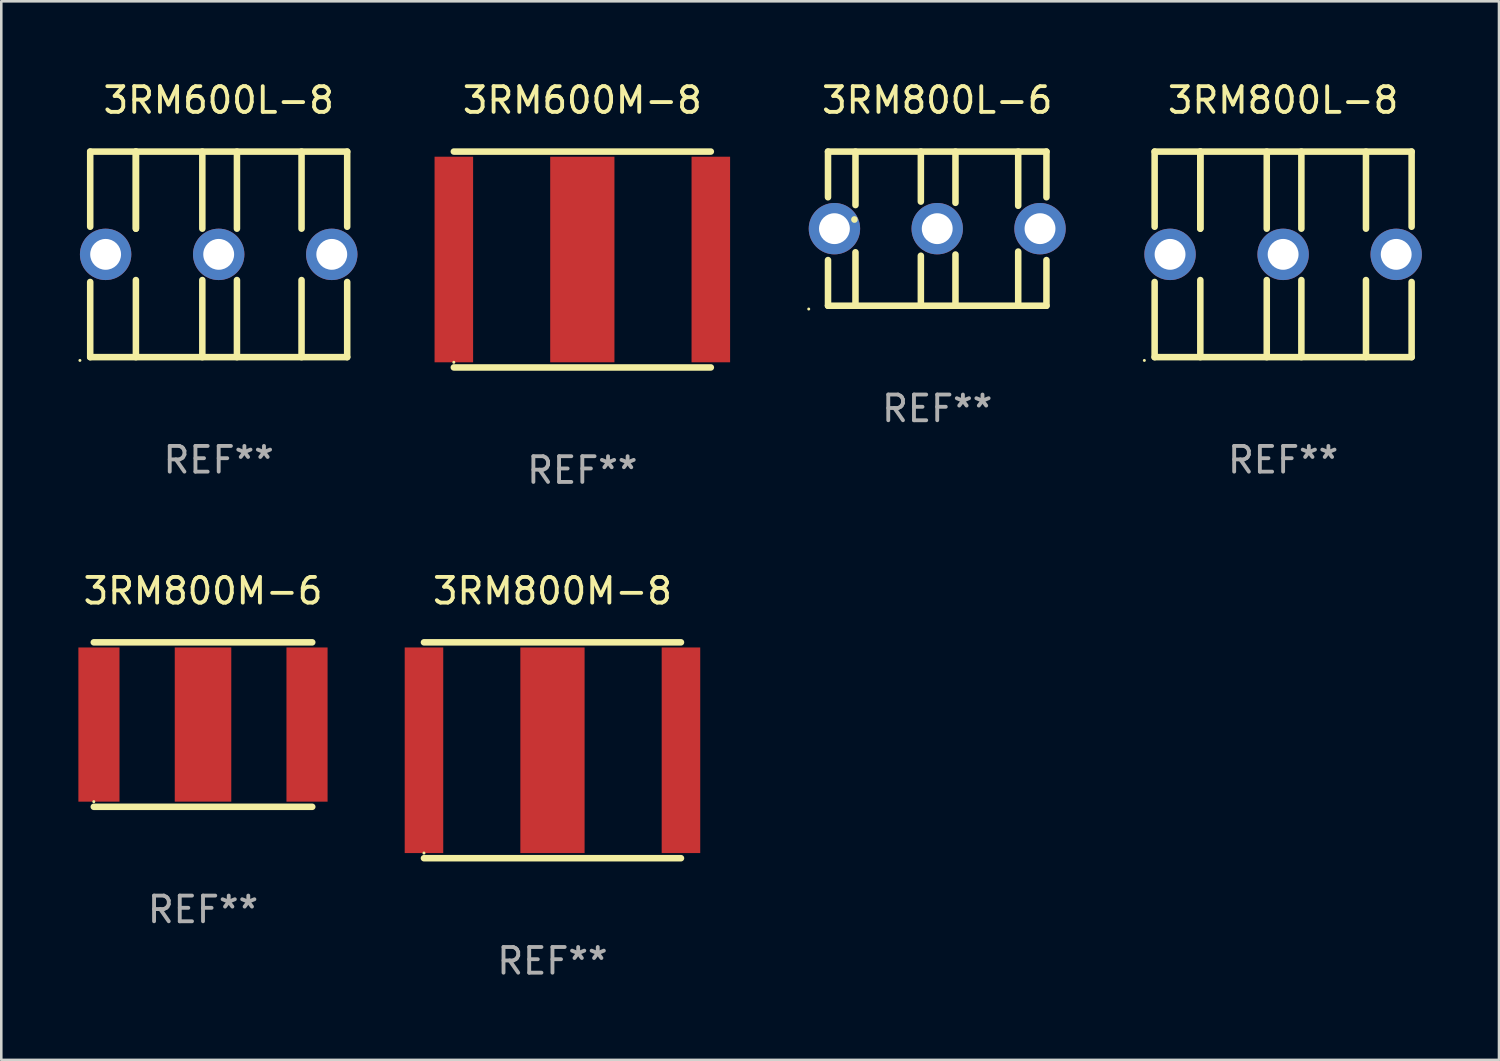
<source format=kicad_pcb>
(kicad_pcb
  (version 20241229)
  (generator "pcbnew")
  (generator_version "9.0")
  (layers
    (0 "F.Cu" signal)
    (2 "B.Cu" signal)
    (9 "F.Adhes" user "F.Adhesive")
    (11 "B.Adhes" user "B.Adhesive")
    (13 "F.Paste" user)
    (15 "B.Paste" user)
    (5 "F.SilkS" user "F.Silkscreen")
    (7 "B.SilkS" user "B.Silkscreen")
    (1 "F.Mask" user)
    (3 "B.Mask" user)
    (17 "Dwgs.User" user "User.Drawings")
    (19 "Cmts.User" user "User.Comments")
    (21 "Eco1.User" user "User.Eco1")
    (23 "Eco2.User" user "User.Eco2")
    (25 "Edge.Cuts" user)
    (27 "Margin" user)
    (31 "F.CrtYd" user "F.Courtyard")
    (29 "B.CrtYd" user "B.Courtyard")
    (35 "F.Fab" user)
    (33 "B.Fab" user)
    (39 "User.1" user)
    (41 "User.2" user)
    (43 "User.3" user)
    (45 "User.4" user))
  (footprint "3RM600L-8"
    (layer "F.Cu")
    (at 5.46 6.848)
    (property "Reference" "3RM600L-8" (at 0 -6 0) (layer "F.SilkS") (effects (font (size 1 1) (thickness 0.15))))
    (attr through_hole)
    (fp_line (start -5 -4) (end -5 -1.075) (stroke (width 0.254) (type solid)) (layer "F.SilkS"))
    (fp_line (start -5 -4) (end 5 -4) (stroke (width 0.254) (type solid)) (layer "F.SilkS"))
    (fp_line (start -5 1.075) (end -5 4) (stroke (width 0.254) (type solid)) (layer "F.SilkS"))
    (fp_line (start -5 4) (end 5 4) (stroke (width 0.254) (type solid)) (layer "F.SilkS"))
    (fp_line (start -3.222 -1) (end -3.222 -4) (stroke (width 0.254) (type solid)) (layer "F.SilkS"))
    (fp_line (start -3.222 -1) (end -3.222 -4) (stroke (width 0.254) (type solid)) (layer "F.SilkS"))
    (fp_line (start -3.222 1) (end -3.222 4) (stroke (width 0.254) (type solid)) (layer "F.SilkS"))
    (fp_line (start -0.637 -1) (end -0.637 -4) (stroke (width 0.254) (type solid)) (layer "F.SilkS"))
    (fp_line (start -0.637 1) (end -0.637 4) (stroke (width 0.254) (type solid)) (layer "F.SilkS"))
    (fp_line (start 0.71 -1) (end 0.71 -4) (stroke (width 0.254) (type solid)) (layer "F.SilkS"))
    (fp_line (start 0.71 1) (end 0.71 4) (stroke (width 0.254) (type solid)) (layer "F.SilkS"))
    (fp_line (start 3.224 -1) (end 3.224 -4) (stroke (width 0.254) (type solid)) (layer "F.SilkS"))
    (fp_line (start 3.224 1) (end 3.224 4) (stroke (width 0.254) (type solid)) (layer "F.SilkS"))
    (fp_line (start 5 -4) (end 5 -1.075) (stroke (width 0.254) (type solid)) (layer "F.SilkS"))
    (fp_line (start 5 1.075) (end 5 4) (stroke (width 0.254) (type solid)) (layer "F.SilkS"))
    (fp_circle (center -5.4 4.127) (end -5.37 4.127) (stroke (width 0.06) (type solid)) (fill no) (layer "F.SilkS"))
    (fp_text user "REF**" (at 0 8 0) (layer "F.Fab") (effects (font (size 1 1) (thickness 0.15))))
    (pad "1" thru_hole circle (at -4.4 0) (size 2 2) (drill 1.2) (layers "*.Cu" "*.Mask"))
    (pad "2" thru_hole circle (at 4.4 0) (size 2 2) (drill 1.2) (layers "*.Cu" "*.Mask"))
    (pad "3" thru_hole circle (at 0 0) (size 2 2) (drill 1.2) (layers "*.Cu" "*.Mask")))
  (footprint "3RM600M-8"
    (layer "F.Cu")
    (at 19.61 7.048)
    (property "Reference" "3RM600M-8" (at 0 -6.2 0) (layer "F.SilkS") (effects (font (size 1 1) (thickness 0.15))))
    (attr through_hole)
    (fp_line (start -5 -4.2) (end 5 -4.2) (stroke (width 0.254) (type solid)) (layer "F.SilkS"))
    (fp_line (start -5 4.2) (end 5 4.2) (stroke (width 0.254) (type solid)) (layer "F.SilkS"))
    (fp_circle (center -5 4) (end -4.97 4) (stroke (width 0.06) (type solid)) (fill no) (layer "F.SilkS"))
    (fp_text user "REF**" (at 0 8.2 0) (layer "F.Fab") (effects (font (size 1 1) (thickness 0.15))))
    (pad "1" smd rect (at -5 0) (size 1.5 8) (layers "F.Cu" "F.Mask" "F.Paste"))
    (pad "2" smd rect (at 5 0) (size 1.5 8) (layers "F.Cu" "F.Mask" "F.Paste"))
    (pad "3" smd rect (at 0 0) (size 2.5 8) (layers "F.Cu" "F.Mask" "F.Paste")))
  (footprint "3RM800L-8"
    (layer "F.Cu")
    (at 46.88 6.848)
    (property "Reference" "3RM800L-8" (at 0 -6 0) (layer "F.SilkS") (effects (font (size 1 1) (thickness 0.15))))
    (attr through_hole)
    (fp_line (start -5 -4) (end -5 -1.075) (stroke (width 0.254) (type solid)) (layer "F.SilkS"))
    (fp_line (start -5 -4) (end 5 -4) (stroke (width 0.254) (type solid)) (layer "F.SilkS"))
    (fp_line (start -5 1.075) (end -5 4) (stroke (width 0.254) (type solid)) (layer "F.SilkS"))
    (fp_line (start -5 4) (end 5 4) (stroke (width 0.254) (type solid)) (layer "F.SilkS"))
    (fp_line (start -3.222 -1) (end -3.222 -4) (stroke (width 0.254) (type solid)) (layer "F.SilkS"))
    (fp_line (start -3.222 -1) (end -3.222 -4) (stroke (width 0.254) (type solid)) (layer "F.SilkS"))
    (fp_line (start -3.222 1) (end -3.222 4) (stroke (width 0.254) (type solid)) (layer "F.SilkS"))
    (fp_line (start -0.637 -1) (end -0.637 -4) (stroke (width 0.254) (type solid)) (layer "F.SilkS"))
    (fp_line (start -0.637 1) (end -0.637 4) (stroke (width 0.254) (type solid)) (layer "F.SilkS"))
    (fp_line (start 0.71 -1) (end 0.71 -4) (stroke (width 0.254) (type solid)) (layer "F.SilkS"))
    (fp_line (start 0.71 1) (end 0.71 4) (stroke (width 0.254) (type solid)) (layer "F.SilkS"))
    (fp_line (start 3.224 -1) (end 3.224 -4) (stroke (width 0.254) (type solid)) (layer "F.SilkS"))
    (fp_line (start 3.224 1) (end 3.224 4) (stroke (width 0.254) (type solid)) (layer "F.SilkS"))
    (fp_line (start 5 -4) (end 5 -1.075) (stroke (width 0.254) (type solid)) (layer "F.SilkS"))
    (fp_line (start 5 1.075) (end 5 4) (stroke (width 0.254) (type solid)) (layer "F.SilkS"))
    (fp_circle (center -5.4 4.127) (end -5.37 4.127) (stroke (width 0.06) (type solid)) (fill no) (layer "F.SilkS"))
    (fp_text user "REF**" (at 0 8 0) (layer "F.Fab") (effects (font (size 1 1) (thickness 0.15))))
    (pad "1" thru_hole circle (at -4.4 0) (size 2 2) (drill 1.2) (layers "*.Cu" "*.Mask"))
    (pad "2" thru_hole circle (at 4.4 0) (size 2 2) (drill 1.2) (layers "*.Cu" "*.Mask"))
    (pad "3" thru_hole circle (at 0 0) (size 2 2) (drill 1.2) (layers "*.Cu" "*.Mask")))
  (footprint "3RM800M-6"
    (layer "F.Cu")
    (at 4.85 25.145)
    (property "Reference" "3RM800M-6" (at 0 -5.2 0) (layer "F.SilkS") (effects (font (size 1 1) (thickness 0.15))))
    (attr through_hole)
    (fp_line (start -4.25 -3.2) (end 4.25 -3.2) (stroke (width 0.254) (type solid)) (layer "F.SilkS"))
    (fp_line (start -4.25 3.2) (end 4.25 3.2) (stroke (width 0.254) (type solid)) (layer "F.SilkS"))
    (fp_circle (center -4.25 3) (end -4.22 3) (stroke (width 0.06) (type solid)) (fill no) (layer "F.SilkS"))
    (fp_text user "REF**" (at 0 7.2 0) (layer "F.Fab") (effects (font (size 1 1) (thickness 0.15))))
    (pad "1" smd rect (at -4.05 0) (size 1.6 6) (layers "F.Cu" "F.Mask" "F.Paste"))
    (pad "2" smd rect (at 4.047 0) (size 1.6 6) (layers "F.Cu" "F.Mask" "F.Paste"))
    (pad "3" smd rect (at 0 0) (size 2.2 6) (layers "F.Cu" "F.Mask" "F.Paste")))
  (footprint "3RM800L-6"
    (layer "F.Cu")
    (at 33.42 5.848)
    (property "Reference" "3RM800L-6" (at 0 -5 0) (layer "F.SilkS") (effects (font (size 1 1) (thickness 0.15))))
    (attr through_hole)
    (fp_line (start -4.25 -3) (end -4.25 -1.222) (stroke (width 0.254) (type solid)) (layer "F.SilkS"))
    (fp_line (start -4.25 -3) (end 4.25 -3) (stroke (width 0.254) (type solid)) (layer "F.SilkS"))
    (fp_line (start -4.25 1.222) (end -4.25 3) (stroke (width 0.254) (type solid)) (layer "F.SilkS"))
    (fp_line (start -4.25 3) (end 4.25 3) (stroke (width 0.254) (type solid)) (layer "F.SilkS"))
    (fp_line (start -3.222 -0.359) (end -3.222 -0.353) (stroke (width 0.254) (type solid)) (layer "F.SilkS"))
    (fp_line (start -3.181 -3) (end -3.181 -0.918) (stroke (width 0.254) (type solid)) (layer "F.SilkS"))
    (fp_line (start -3.181 0.918) (end -3.181 3) (stroke (width 0.254) (type solid)) (layer "F.SilkS"))
    (fp_line (start -0.637 -1.053) (end -0.637 -3) (stroke (width 0.254) (type solid)) (layer "F.SilkS"))
    (fp_line (start -0.637 3) (end -0.637 1.053) (stroke (width 0.254) (type solid)) (layer "F.SilkS"))
    (fp_line (start 0.71 -3) (end 0.71 -1.006) (stroke (width 0.254) (type solid)) (layer "F.SilkS"))
    (fp_line (start 0.71 1.006) (end 0.71 3) (stroke (width 0.254) (type solid)) (layer "F.SilkS"))
    (fp_line (start 3.151 -3) (end 3.151 -0.891) (stroke (width 0.254) (type solid)) (layer "F.SilkS"))
    (fp_line (start 3.151 0.891) (end 3.151 3) (stroke (width 0.254) (type solid)) (layer "F.SilkS"))
    (fp_line (start 4.25 -3) (end 4.25 -1.222) (stroke (width 0.254) (type solid)) (layer "F.SilkS"))
    (fp_line (start 4.25 1.222) (end 4.25 3) (stroke (width 0.254) (type solid)) (layer "F.SilkS"))
    (fp_circle (center -5 3.127) (end -4.97 3.127) (stroke (width 0.06) (type solid)) (fill no) (layer "F.SilkS"))
    (fp_text user "REF**" (at 0 7 0) (layer "F.Fab") (effects (font (size 1 1) (thickness 0.15))))
    (pad "1" thru_hole circle (at -4 0) (size 2 2) (drill 1.2) (layers "*.Cu" "*.Mask"))
    (pad "2" thru_hole circle (at 4 0) (size 2 2) (drill 1.2) (layers "*.Cu" "*.Mask"))
    (pad "3" thru_hole circle (at 0 0) (size 2 2) (drill 1.2) (layers "*.Cu" "*.Mask")))
  (footprint "3RM800M-8"
    (layer "F.Cu")
    (at 18.448 26.145)
    (property "Reference" "3RM800M-8" (at 0 -6.2 0) (layer "F.SilkS") (effects (font (size 1 1) (thickness 0.15))))
    (attr through_hole)
    (fp_line (start -5 -4.2) (end 5 -4.2) (stroke (width 0.254) (type solid)) (layer "F.SilkS"))
    (fp_line (start -5 4.2) (end 5 4.2) (stroke (width 0.254) (type solid)) (layer "F.SilkS"))
    (fp_circle (center -5 4) (end -4.97 4) (stroke (width 0.06) (type solid)) (fill no) (layer "F.SilkS"))
    (fp_text user "REF**" (at 0 8.2 0) (layer "F.Fab") (effects (font (size 1 1) (thickness 0.15))))
    (pad "1" smd rect (at -5 0) (size 1.5 8) (layers "F.Cu" "F.Mask" "F.Paste"))
    (pad "2" smd rect (at 5 0) (size 1.5 8) (layers "F.Cu" "F.Mask" "F.Paste"))
    (pad "3" smd rect (at 0 0) (size 2.5 8) (layers "F.Cu" "F.Mask" "F.Paste")))
  (gr_rect
    (start -3 -3)
    (end 55.28 38.193)
    (stroke (width 0.1) (type default))
    (fill no)
    (layer "Edge.Cuts")))
</source>
